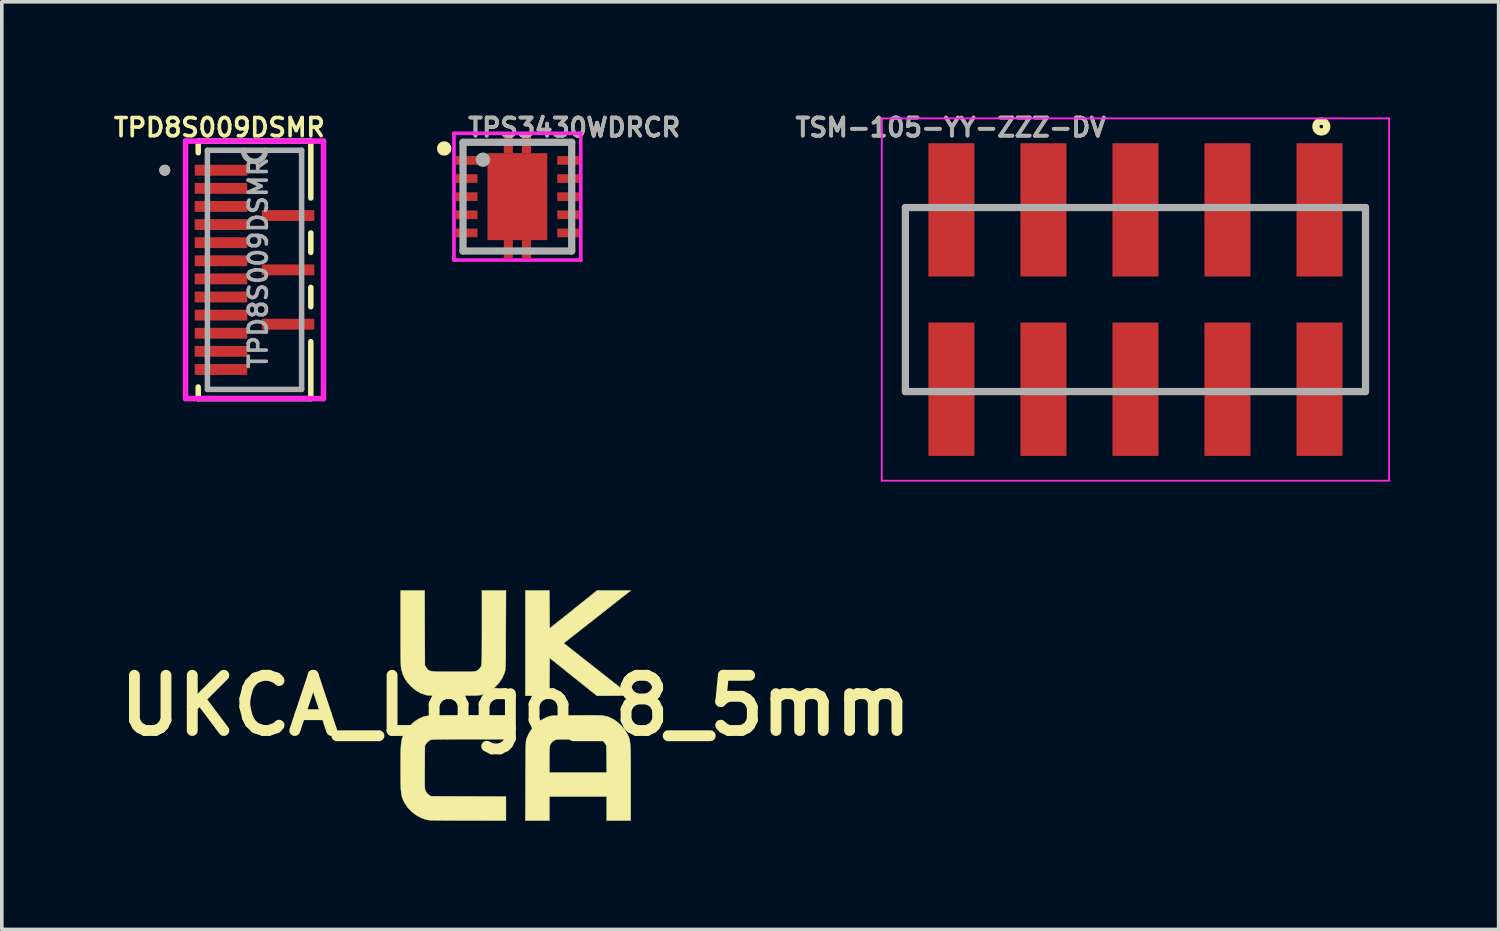
<source format=kicad_pcb>
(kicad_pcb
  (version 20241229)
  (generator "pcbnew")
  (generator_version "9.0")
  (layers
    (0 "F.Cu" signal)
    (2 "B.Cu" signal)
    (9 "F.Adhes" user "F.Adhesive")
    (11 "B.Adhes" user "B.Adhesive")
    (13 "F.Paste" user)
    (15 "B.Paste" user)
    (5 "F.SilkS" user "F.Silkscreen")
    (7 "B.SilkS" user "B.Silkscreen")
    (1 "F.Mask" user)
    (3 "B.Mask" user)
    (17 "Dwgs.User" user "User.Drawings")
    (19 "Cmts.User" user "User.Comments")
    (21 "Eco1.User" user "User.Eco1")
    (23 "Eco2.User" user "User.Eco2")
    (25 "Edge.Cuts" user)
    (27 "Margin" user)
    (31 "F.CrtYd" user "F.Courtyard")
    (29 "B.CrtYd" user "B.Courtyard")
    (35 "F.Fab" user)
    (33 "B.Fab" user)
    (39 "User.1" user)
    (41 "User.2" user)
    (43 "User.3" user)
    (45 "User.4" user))
  (footprint "TPS3430WDRCR"
    (layer "F.Cu")
    (at 11.23 2.378)
    (property "Reference" "TPS3430WDRCR" (at 1.57 -1.91 0) (layer "F.SilkS") (effects (font (size 0.5 0.5) (thickness 0.1))))
    (attr smd)
    (fp_line (start -1.5 -1.5) (end -0.6 -1.5) (stroke (width 0.1) (type solid)) (layer "F.SilkS"))
    (fp_line (start -1.5 -1.3) (end -1.5 -1.5) (stroke (width 0.1) (type solid)) (layer "F.SilkS"))
    (fp_line (start -1.5 1.3) (end -1.5 1.5) (stroke (width 0.1) (type solid)) (layer "F.SilkS"))
    (fp_line (start -1.5 1.5) (end -0.6 1.5) (stroke (width 0.1) (type solid)) (layer "F.SilkS"))
    (fp_line (start 0.6 -1.5) (end 1.5 -1.5) (stroke (width 0.1) (type solid)) (layer "F.SilkS"))
    (fp_line (start 0.6 1.5) (end 1.5 1.5) (stroke (width 0.1) (type solid)) (layer "F.SilkS"))
    (fp_line (start 1.5 -1.5) (end 1.5 -1.3) (stroke (width 0.1) (type solid)) (layer "F.SilkS"))
    (fp_line (start 1.5 1.5) (end 1.5 1.3) (stroke (width 0.1) (type solid)) (layer "F.SilkS"))
    (fp_circle (center -2.02 -1.33) (end -1.92 -1.33) (stroke (width 0.2) (type solid)) (fill no) (layer "F.SilkS"))
    (fp_line (start -1.75 -1.75) (end 1.75 -1.75) (stroke (width 0.1) (type solid)) (layer "F.CrtYd"))
    (fp_line (start -1.75 1.75) (end -1.75 -1.75) (stroke (width 0.1) (type solid)) (layer "F.CrtYd"))
    (fp_line (start 1.75 -1.75) (end 1.75 1.75) (stroke (width 0.1) (type solid)) (layer "F.CrtYd"))
    (fp_line (start 1.75 1.75) (end -1.75 1.75) (stroke (width 0.1) (type solid)) (layer "F.CrtYd"))
    (fp_line (start -1.5 -1.5) (end 1.5 -1.5) (stroke (width 0.2) (type solid)) (layer "F.Fab"))
    (fp_line (start -1.5 1.5) (end -1.5 -1.5) (stroke (width 0.2) (type solid)) (layer "F.Fab"))
    (fp_line (start 1.5 -1.5) (end 1.5 1.5) (stroke (width 0.2) (type solid)) (layer "F.Fab"))
    (fp_line (start 1.5 1.5) (end -1.5 1.5) (stroke (width 0.2) (type solid)) (layer "F.Fab"))
    (fp_circle (center -0.95 -1.02) (end -0.85 -1.02) (stroke (width 0.2) (type solid)) (fill no) (layer "F.Fab"))
    (fp_text user "${REFERENCE}" (at 1.57 -1.91 0) (layer "F.Fab") (effects (font (size 0.5 0.5) (thickness 0.1))))
    (pad "1" smd rect (at -1.4 -1 90) (size 0.24 0.6) (layers "F.Cu" "F.Mask" "F.Paste"))
    (pad "2" smd rect (at -1.4 -0.5 90) (size 0.24 0.6) (layers "F.Cu" "F.Mask" "F.Paste"))
    (pad "3" smd rect (at -1.4 0 90) (size 0.24 0.6) (layers "F.Cu" "F.Mask" "F.Paste"))
    (pad "4" smd rect (at -1.4 0.5 90) (size 0.24 0.6) (layers "F.Cu" "F.Mask" "F.Paste"))
    (pad "5" smd rect (at -1.4 1 90) (size 0.24 0.6) (layers "F.Cu" "F.Mask" "F.Paste"))
    (pad "6" smd rect (at 1.4 1 90) (size 0.24 0.6) (layers "F.Cu" "F.Mask" "F.Paste"))
    (pad "7" smd rect (at 1.4 0.5 90) (size 0.24 0.6) (layers "F.Cu" "F.Mask" "F.Paste"))
    (pad "8" smd rect (at 1.4 0 90) (size 0.24 0.6) (layers "F.Cu" "F.Mask" "F.Paste"))
    (pad "9" smd rect (at 1.4 -0.5 90) (size 0.24 0.6) (layers "F.Cu" "F.Mask" "F.Paste"))
    (pad "10" smd rect (at 1.4 -1 90) (size 0.24 0.6) (layers "F.Cu" "F.Mask" "F.Paste"))
    (pad "11" smd rect (at 0 0) (size 1.65 2.4) (layers "F.Cu" "F.Mask" "F.Paste"))
    (pad "12" smd rect (at -0.25 -1.45) (size 0.25 0.5) (layers "F.Cu" "F.Mask" "F.Paste"))
    (pad "13" smd rect (at 0.25 -1.45) (size 0.25 0.5) (layers "F.Cu" "F.Mask" "F.Paste"))
    (pad "14" smd rect (at -0.25 1.45) (size 0.25 0.5) (layers "F.Cu" "F.Mask" "F.Paste"))
    (pad "15" smd rect (at 0.25 1.45) (size 0.25 0.5) (layers "F.Cu" "F.Mask" "F.Paste")))
  (footprint "TPD8S009DSMR"
    (layer "F.Cu")
    (at 3.975 4.398)
    (property "Reference" "TPD8S009DSMR" (at -0.97 -3.93 0) (layer "F.SilkS") (effects (font (size 0.5 0.5) (thickness 0.1))))
    (attr through_hole)
    (fp_line (start -1.554 -3.554) (end -1.554 -3.233) (stroke (width 0.152) (type solid)) (layer "F.SilkS"))
    (fp_line (start -1.554 3.233) (end -1.554 3.554) (stroke (width 0.152) (type solid)) (layer "F.SilkS"))
    (fp_line (start -1.554 3.554) (end 1.554 3.554) (stroke (width 0.152) (type solid)) (layer "F.SilkS"))
    (fp_line (start 1.554 -3.554) (end -1.554 -3.554) (stroke (width 0.152) (type solid)) (layer "F.SilkS"))
    (fp_line (start 1.554 -1.983) (end 1.554 -3.554) (stroke (width 0.152) (type solid)) (layer "F.SilkS"))
    (fp_line (start 1.554 -0.483) (end 1.554 -1.017) (stroke (width 0.152) (type solid)) (layer "F.SilkS"))
    (fp_line (start 1.554 1.017) (end 1.554 0.483) (stroke (width 0.152) (type solid)) (layer "F.SilkS"))
    (fp_line (start 1.554 3.554) (end 1.554 1.983) (stroke (width 0.152) (type solid)) (layer "F.SilkS"))
    (fp_circle (center -2.477 -2.75) (end -2.4 -2.75) (stroke (width 0.152) (type solid)) (fill no) (layer "F.SilkS"))
    (fp_line (start -1.904 -3.554) (end 1.904 -3.554) (stroke (width 0.152) (type solid)) (layer "F.CrtYd"))
    (fp_line (start -1.904 3.554) (end -1.904 -3.554) (stroke (width 0.152) (type solid)) (layer "F.CrtYd"))
    (fp_line (start 1.904 -3.554) (end 1.904 3.554) (stroke (width 0.152) (type solid)) (layer "F.CrtYd"))
    (fp_line (start 1.904 3.554) (end -1.904 3.554) (stroke (width 0.152) (type solid)) (layer "F.CrtYd"))
    (fp_line (start -1.3 -3.3) (end -1.3 3.3) (stroke (width 0.152) (type solid)) (layer "F.Fab"))
    (fp_line (start -1.3 3.3) (end 1.3 3.3) (stroke (width 0.152) (type solid)) (layer "F.Fab"))
    (fp_line (start 1.3 -3.3) (end -1.3 -3.3) (stroke (width 0.152) (type solid)) (layer "F.Fab"))
    (fp_line (start 1.3 3.3) (end 1.3 -3.3) (stroke (width 0.152) (type solid)) (layer "F.Fab"))
    (fp_arc (start 0.3048 -3.299999) (mid 0 -2.995199) (end -0.3048 -3.299999) (stroke (width 0.1524) (type solid)) (layer "F.Fab"))
    (fp_circle (center -2.477 -2.75) (end -2.4 -2.75) (stroke (width 0.152) (type solid)) (fill no) (layer "F.Fab"))
    (fp_text user "${REFERENCE}" (at 0.1 -0.19 90) (layer "F.Fab") (effects (font (size 0.5 0.5) (thickness 0.1))))
    (pad "1" smd rect (at -0.925 -2.75) (size 1.45 0.3) (layers "F.Cu" "F.Mask" "F.Paste"))
    (pad "2" smd rect (at -0.925 -2.25) (size 1.45 0.3) (layers "F.Cu" "F.Mask" "F.Paste"))
    (pad "3" smd rect (at -0.925 -1.75) (size 1.45 0.3) (layers "F.Cu" "F.Mask" "F.Paste"))
    (pad "4" smd rect (at -0.925 -1.25) (size 1.45 0.3) (layers "F.Cu" "F.Mask" "F.Paste"))
    (pad "5" smd rect (at -0.925 -0.75) (size 1.45 0.3) (layers "F.Cu" "F.Mask" "F.Paste"))
    (pad "6" smd rect (at -0.925 -0.25) (size 1.45 0.3) (layers "F.Cu" "F.Mask" "F.Paste"))
    (pad "7" smd rect (at -0.925 0.25) (size 1.45 0.3) (layers "F.Cu" "F.Mask" "F.Paste"))
    (pad "8" smd rect (at -0.925 0.75) (size 1.45 0.3) (layers "F.Cu" "F.Mask" "F.Paste"))
    (pad "9" smd rect (at -0.925 1.25) (size 1.45 0.3) (layers "F.Cu" "F.Mask" "F.Paste"))
    (pad "10" smd rect (at -0.925 1.75) (size 1.45 0.3) (layers "F.Cu" "F.Mask" "F.Paste"))
    (pad "11" smd rect (at -0.925 2.25) (size 1.45 0.3) (layers "F.Cu" "F.Mask" "F.Paste"))
    (pad "12" smd rect (at -0.925 2.75) (size 1.45 0.3) (layers "F.Cu" "F.Mask" "F.Paste"))
    (pad "13" smd rect (at 0.925 1.5) (size 1.45 0.3) (layers "F.Cu" "F.Mask" "F.Paste"))
    (pad "14" smd rect (at 0.925 0) (size 1.45 0.3) (layers "F.Cu" "F.Mask" "F.Paste"))
    (pad "15" smd rect (at 0.925 -1.5) (size 1.45 0.3) (layers "F.Cu" "F.Mask" "F.Paste")))
  (footprint "TSM-105-YY-ZZZ-DV"
    (layer "F.Cu")
    (at 28.29 5.218)
    (property "Reference" "TSM-105-YY-ZZZ-DV" (at -5.1 -4.75 0) (layer "F.SilkS") (effects (font (size 0.5 0.5) (thickness 0.1))))
    (attr smd)
    (fp_line (start -6.35 2.54) (end -6.35 -2.54) (stroke (width 0.1) (type solid)) (layer "F.SilkS"))
    (fp_line (start 6.35 -2.54) (end 6.35 2.54) (stroke (width 0.1) (type solid)) (layer "F.SilkS"))
    (fp_circle (center 5.13 -4.775) (end 5.13 -4.725) (stroke (width 0.2) (type solid)) (fill no) (layer "F.SilkS"))
    (fp_line (start -7 -5) (end 7 -5) (stroke (width 0.05) (type solid)) (layer "F.CrtYd"))
    (fp_line (start -7 5) (end -7 -5) (stroke (width 0.05) (type solid)) (layer "F.CrtYd"))
    (fp_line (start 7 -5) (end 7 5) (stroke (width 0.05) (type solid)) (layer "F.CrtYd"))
    (fp_line (start 7 5) (end -7 5) (stroke (width 0.05) (type solid)) (layer "F.CrtYd"))
    (fp_line (start -6.35 -2.54) (end 6.35 -2.54) (stroke (width 0.2) (type solid)) (layer "F.Fab"))
    (fp_line (start -6.35 2.54) (end -6.35 -2.54) (stroke (width 0.2) (type solid)) (layer "F.Fab"))
    (fp_line (start 6.35 -2.54) (end 6.35 2.54) (stroke (width 0.2) (type solid)) (layer "F.Fab"))
    (fp_line (start 6.35 2.54) (end -6.35 2.54) (stroke (width 0.2) (type solid)) (layer "F.Fab"))
    (fp_text user "${REFERENCE}" (at -5.1 -4.75 0) (layer "F.Fab") (effects (font (size 0.5 0.5) (thickness 0.1))))
    (pad "1" smd rect (at 5.08 -2.475) (size 1.27 3.68) (layers "F.Cu" "F.Mask" "F.Paste"))
    (pad "2" smd rect (at 5.08 2.475) (size 1.27 3.68) (layers "F.Cu" "F.Mask" "F.Paste"))
    (pad "3" smd rect (at 2.54 -2.475) (size 1.27 3.68) (layers "F.Cu" "F.Mask" "F.Paste"))
    (pad "4" smd rect (at 2.54 2.475) (size 1.27 3.68) (layers "F.Cu" "F.Mask" "F.Paste"))
    (pad "5" smd rect (at 0 -2.475) (size 1.27 3.68) (layers "F.Cu" "F.Mask" "F.Paste"))
    (pad "6" smd rect (at 0 2.475) (size 1.27 3.68) (layers "F.Cu" "F.Mask" "F.Paste"))
    (pad "7" smd rect (at -2.54 -2.475) (size 1.27 3.68) (layers "F.Cu" "F.Mask" "F.Paste"))
    (pad "8" smd rect (at -2.54 2.475) (size 1.27 3.68) (layers "F.Cu" "F.Mask" "F.Paste"))
    (pad "9" smd rect (at -5.08 -2.475) (size 1.27 3.68) (layers "F.Cu" "F.Mask" "F.Paste"))
    (pad "10" smd rect (at -5.08 2.475) (size 1.27 3.68) (layers "F.Cu" "F.Mask" "F.Paste")))
  (footprint "UKCA_Logo_8_5mm"
    (layer "F.Cu")
    (at 11.183 16.423)
    (property "Reference" "UKCA_Logo_8_5mm" (at 0 0 0) (layer "F.SilkS") (effects (font (size 1.524 1.524) (thickness 0.3))))
    (attr through_hole)
    (fp_poly (pts (xy 0.935 -2.651) (xy 0.938 -2.128) (xy 1.593 -2.651) (xy 2.247 -3.175) (xy 3.177 -3.175) (xy 2.252 -2.447) (xy 1.326 -1.72) (xy 3.165 -0.275) (xy 2.704 -0.271) (xy 2.244 -0.268) (xy 0.938 -1.312) (xy 0.935 -0.79) (xy 0.931 -0.268) (xy 0.268 -0.268) (xy 0.268 -3.175) (xy 0.931 -3.175) (xy 0.935 -2.651)) (stroke (width 0.01) (type solid)) (fill yes) (layer "F.SilkS"))
    (fp_poly (pts (xy -0.268 0.931) (xy -1.292 0.931) (xy -1.486 0.931) (xy -1.655 0.931) (xy -1.799 0.932) (xy -1.921 0.932) (xy -2.023 0.933) (xy -2.107 0.934) (xy -2.174 0.935) (xy -2.228 0.937) (xy -2.269 0.939) (xy -2.301 0.941) (xy -2.324 0.944) (xy -2.342 0.948) (xy -2.355 0.953) (xy -2.367 0.958) (xy -2.371 0.96) (xy -2.414 0.99) (xy -2.455 1.032) (xy -2.466 1.047) (xy -2.505 1.106) (xy -2.509 1.705) (xy -2.51 1.85) (xy -2.51 1.971) (xy -2.51 2.068) (xy -2.51 2.146) (xy -2.509 2.207) (xy -2.507 2.253) (xy -2.505 2.287) (xy -2.501 2.313) (xy -2.496 2.333) (xy -2.49 2.349) (xy -2.483 2.365) (xy -2.482 2.366) (xy -2.441 2.426) (xy -2.395 2.467) (xy -2.337 2.505) (xy -1.303 2.509) (xy -0.268 2.512) (xy -0.268 3.175) (xy -1.323 3.174) (xy -1.522 3.174) (xy -1.694 3.174) (xy -1.843 3.173) (xy -1.969 3.173) (xy -2.076 3.172) (xy -2.164 3.171) (xy -2.237 3.17) (xy -2.297 3.168) (xy -2.344 3.166) (xy -2.382 3.163) (xy -2.413 3.16) (xy -2.438 3.156) (xy -2.46 3.152) (xy -2.481 3.147) (xy -2.617 3.098) (xy -2.747 3.025) (xy -2.867 2.934) (xy -2.97 2.828) (xy -3.052 2.711) (xy -3.066 2.685) (xy -3.09 2.639) (xy -3.11 2.596) (xy -3.127 2.554) (xy -3.141 2.51) (xy -3.151 2.461) (xy -3.159 2.405) (xy -3.166 2.338) (xy -3.17 2.257) (xy -3.173 2.16) (xy -3.174 2.044) (xy -3.175 1.906) (xy -3.175 1.743) (xy -3.175 1.722) (xy -3.175 1.555) (xy -3.174 1.414) (xy -3.173 1.296) (xy -3.17 1.197) (xy -3.166 1.115) (xy -3.16 1.047) (xy -3.152 0.989) (xy -3.142 0.939) (xy -3.129 0.895) (xy -3.113 0.853) (xy -3.093 0.81) (xy -3.07 0.764) (xy -3.067 0.758) (xy -3.01 0.668) (xy -2.934 0.576) (xy -2.847 0.49) (xy -2.754 0.416) (xy -2.667 0.364) (xy -2.632 0.347) (xy -2.601 0.332) (xy -2.57 0.319) (xy -2.538 0.308) (xy -2.504 0.299) (xy -2.464 0.291) (xy -2.416 0.285) (xy -2.36 0.28) (xy -2.291 0.276) (xy -2.21 0.273) (xy -2.112 0.271) (xy -1.997 0.27) (xy -1.861 0.269) (xy -1.704 0.268) (xy -1.523 0.268) (xy -1.323 0.268) (xy -0.268 0.268) (xy -0.268 0.931)) (stroke (width 0.01) (type solid)) (fill yes) (layer "F.SilkS"))
    (fp_poly (pts (xy -2.509 -2.14) (xy -2.505 -1.106) (xy -2.465 -1.046) (xy -2.447 -1.019) (xy -2.43 -0.998) (xy -2.411 -0.98) (xy -2.387 -0.965) (xy -2.356 -0.954) (xy -2.315 -0.946) (xy -2.261 -0.94) (xy -2.192 -0.936) (xy -2.105 -0.934) (xy -1.998 -0.932) (xy -1.868 -0.932) (xy -1.717 -0.932) (xy -1.572 -0.932) (xy -1.452 -0.932) (xy -1.355 -0.932) (xy -1.278 -0.933) (xy -1.218 -0.935) (xy -1.173 -0.937) (xy -1.139 -0.94) (xy -1.115 -0.944) (xy -1.096 -0.949) (xy -1.081 -0.955) (xy -1.075 -0.958) (xy -1.02 -0.993) (xy -0.98 -1.038) (xy -0.954 -1.082) (xy -0.95 -1.093) (xy -0.946 -1.109) (xy -0.943 -1.13) (xy -0.94 -1.161) (xy -0.938 -1.201) (xy -0.936 -1.254) (xy -0.934 -1.322) (xy -0.933 -1.405) (xy -0.933 -1.507) (xy -0.932 -1.63) (xy -0.932 -1.774) (xy -0.931 -1.942) (xy -0.931 -2.137) (xy -0.931 -2.151) (xy -0.931 -3.175) (xy -0.267 -3.175) (xy -0.271 -2.085) (xy -0.272 -1.884) (xy -0.273 -1.709) (xy -0.273 -1.558) (xy -0.274 -1.43) (xy -0.275 -1.321) (xy -0.276 -1.231) (xy -0.278 -1.157) (xy -0.279 -1.097) (xy -0.282 -1.05) (xy -0.284 -1.012) (xy -0.287 -0.983) (xy -0.291 -0.959) (xy -0.295 -0.94) (xy -0.3 -0.923) (xy -0.306 -0.906) (xy -0.307 -0.903) (xy -0.37 -0.759) (xy -0.458 -0.627) (xy -0.565 -0.511) (xy -0.689 -0.413) (xy -0.827 -0.337) (xy -0.903 -0.307) (xy -0.925 -0.3) (xy -0.946 -0.294) (xy -0.97 -0.289) (xy -0.998 -0.285) (xy -1.035 -0.282) (xy -1.081 -0.279) (xy -1.141 -0.277) (xy -1.216 -0.276) (xy -1.309 -0.275) (xy -1.423 -0.274) (xy -1.56 -0.273) (xy -1.693 -0.273) (xy -1.859 -0.272) (xy -1.999 -0.272) (xy -2.115 -0.272) (xy -2.211 -0.273) (xy -2.288 -0.275) (xy -2.349 -0.277) (xy -2.397 -0.28) (xy -2.434 -0.283) (xy -2.462 -0.287) (xy -2.476 -0.291) (xy -2.606 -0.334) (xy -2.726 -0.398) (xy -2.84 -0.486) (xy -2.894 -0.536) (xy -2.989 -0.641) (xy -3.06 -0.747) (xy -3.114 -0.861) (xy -3.147 -0.968) (xy -3.152 -0.99) (xy -3.157 -1.012) (xy -3.161 -1.037) (xy -3.164 -1.067) (xy -3.167 -1.104) (xy -3.169 -1.15) (xy -3.171 -1.207) (xy -3.172 -1.277) (xy -3.173 -1.363) (xy -3.174 -1.466) (xy -3.175 -1.589) (xy -3.175 -1.733) (xy -3.175 -1.901) (xy -3.175 -2.095) (xy -3.175 -3.175) (xy -2.512 -3.175) (xy -2.509 -2.14)) (stroke (width 0.01) (type solid)) (fill yes) (layer "F.SilkS"))
    (fp_poly (pts (xy 2.116 0.27) (xy 2.218 0.271) (xy 2.302 0.274) (xy 2.371 0.278) (xy 2.429 0.284) (xy 2.478 0.292) (xy 2.521 0.303) (xy 2.561 0.316) (xy 2.599 0.332) (xy 2.64 0.35) (xy 2.667 0.364) (xy 2.757 0.418) (xy 2.849 0.492) (xy 2.936 0.578) (xy 3.012 0.67) (xy 3.067 0.758) (xy 3.086 0.795) (xy 3.103 0.829) (xy 3.118 0.862) (xy 3.13 0.895) (xy 3.141 0.932) (xy 3.149 0.973) (xy 3.157 1.021) (xy 3.162 1.079) (xy 3.167 1.148) (xy 3.17 1.23) (xy 3.172 1.328) (xy 3.174 1.443) (xy 3.174 1.578) (xy 3.175 1.735) (xy 3.175 1.917) (xy 3.175 2.124) (xy 3.175 3.175) (xy 2.512 3.175) (xy 2.512 2.512) (xy 0.931 2.512) (xy 0.931 3.175) (xy 0.267 3.175) (xy 0.271 2.085) (xy 0.272 1.884) (xy 0.273 1.709) (xy 0.273 1.558) (xy 0.274 1.488) (xy 0.931 1.488) (xy 0.931 1.849) (xy 2.513 1.849) (xy 2.509 1.477) (xy 2.505 1.106) (xy 2.465 1.046) (xy 2.447 1.019) (xy 2.43 0.998) (xy 2.411 0.98) (xy 2.387 0.965) (xy 2.356 0.954) (xy 2.315 0.946) (xy 2.261 0.94) (xy 2.192 0.936) (xy 2.105 0.934) (xy 1.998 0.932) (xy 1.868 0.932) (xy 1.717 0.932) (xy 1.572 0.932) (xy 1.452 0.932) (xy 1.355 0.932) (xy 1.278 0.933) (xy 1.218 0.935) (xy 1.173 0.937) (xy 1.139 0.94) (xy 1.115 0.944) (xy 1.096 0.949) (xy 1.081 0.955) (xy 1.075 0.958) (xy 1.02 0.993) (xy 0.98 1.038) (xy 0.954 1.082) (xy 0.947 1.1) (xy 0.941 1.125) (xy 0.937 1.159) (xy 0.934 1.207) (xy 0.933 1.272) (xy 0.932 1.358) (xy 0.931 1.468) (xy 0.931 1.488) (xy 0.274 1.488) (xy 0.274 1.43) (xy 0.275 1.321) (xy 0.276 1.231) (xy 0.278 1.157) (xy 0.279 1.097) (xy 0.282 1.05) (xy 0.284 1.012) (xy 0.287 0.983) (xy 0.291 0.959) (xy 0.295 0.94) (xy 0.3 0.923) (xy 0.306 0.906) (xy 0.307 0.903) (xy 0.37 0.761) (xy 0.456 0.63) (xy 0.563 0.513) (xy 0.686 0.415) (xy 0.822 0.339) (xy 0.903 0.307) (xy 0.925 0.3) (xy 0.947 0.294) (xy 0.971 0.289) (xy 1 0.285) (xy 1.037 0.281) (xy 1.085 0.279) (xy 1.146 0.277) (xy 1.222 0.275) (xy 1.317 0.274) (xy 1.433 0.273) (xy 1.573 0.272) (xy 1.681 0.271) (xy 1.851 0.27) (xy 1.995 0.27) (xy 2.116 0.27)) (stroke (width 0.01) (type solid)) (fill yes) (layer "F.SilkS")))
  (gr_rect
    (start -3 -3)
    (end 38.315 22.603)
    (stroke (width 0.1) (type default))
    (fill no)
    (layer "Edge.Cuts")))
</source>
